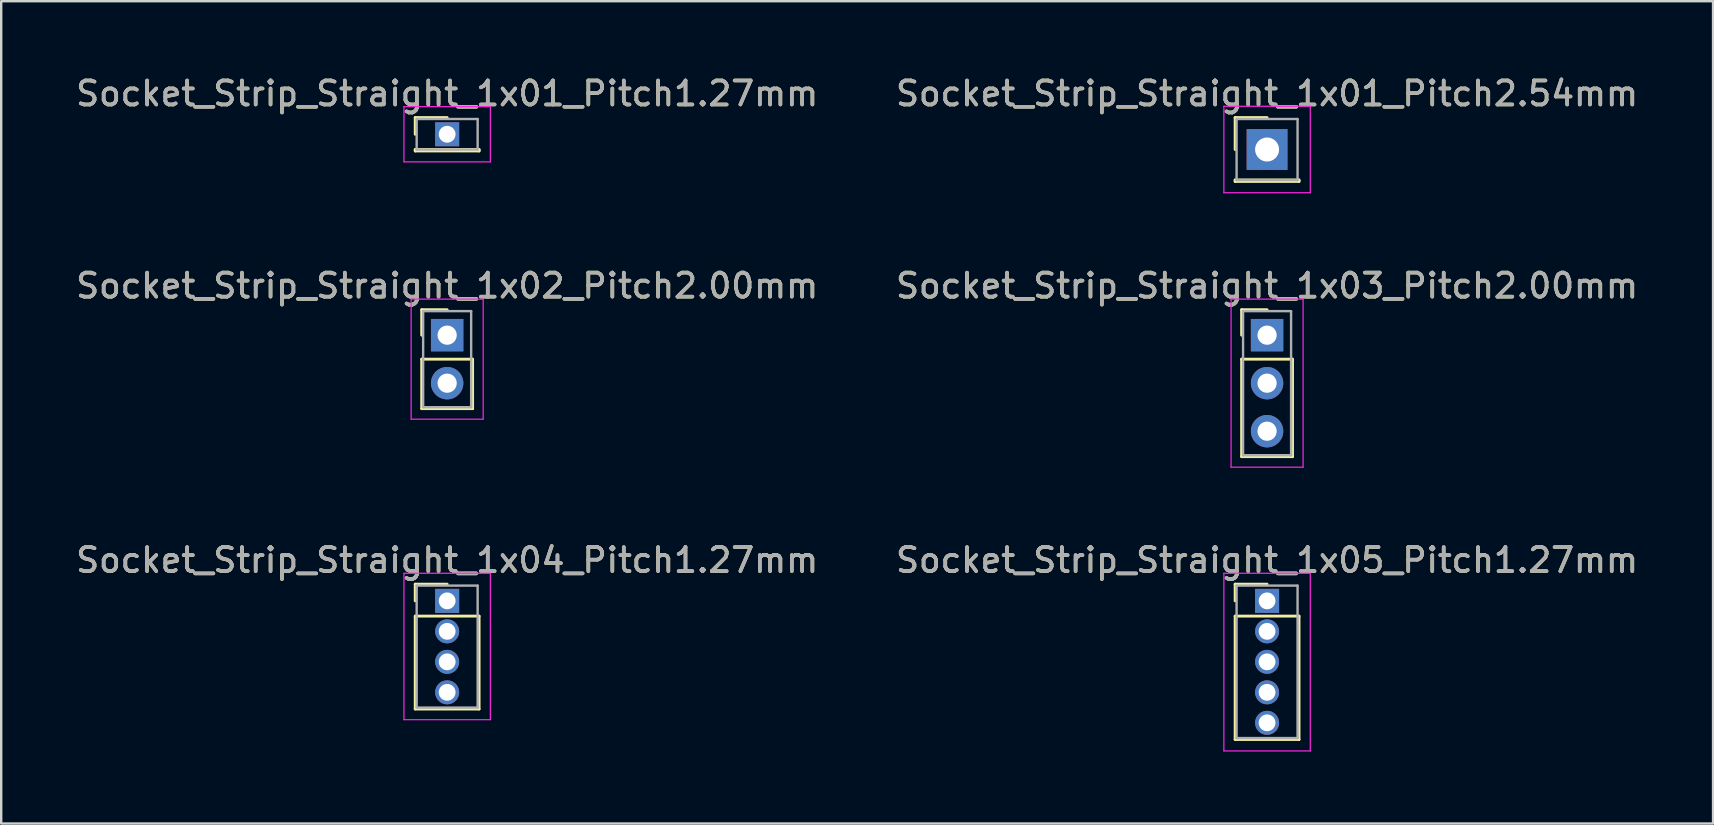
<source format=kicad_pcb>
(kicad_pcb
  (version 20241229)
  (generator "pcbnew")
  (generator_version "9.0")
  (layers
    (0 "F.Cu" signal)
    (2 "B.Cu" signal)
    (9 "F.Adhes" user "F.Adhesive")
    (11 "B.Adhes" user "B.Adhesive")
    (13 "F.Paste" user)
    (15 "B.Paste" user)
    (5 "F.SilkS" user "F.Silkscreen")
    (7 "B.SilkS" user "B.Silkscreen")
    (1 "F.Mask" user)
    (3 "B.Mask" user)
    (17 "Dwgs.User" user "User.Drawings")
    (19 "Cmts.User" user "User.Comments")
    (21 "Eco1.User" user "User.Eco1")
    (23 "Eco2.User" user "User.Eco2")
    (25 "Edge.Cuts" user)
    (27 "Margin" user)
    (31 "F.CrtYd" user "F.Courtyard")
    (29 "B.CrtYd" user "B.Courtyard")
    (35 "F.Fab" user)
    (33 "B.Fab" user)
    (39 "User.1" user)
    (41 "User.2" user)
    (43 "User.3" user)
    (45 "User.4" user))
  (footprint "Socket_Strip_Straight_1x02_Pitch2.00mm"
    (layer "F.Cu")
    (at 15.577 10.912)
    (property "Reference" "Socket_Strip_Straight_1x02_Pitch2.00mm" (at 0 -2.06 0) (layer "F.SilkS") (effects (font (size 1 1) (thickness 0.15))))
    (attr through_hole)
    (fp_line (start -1.06 -1.06) (end 0 -1.06) (stroke (width 0.12) (type solid)) (layer "F.SilkS"))
    (fp_line (start -1.06 0) (end -1.06 -1.06) (stroke (width 0.12) (type solid)) (layer "F.SilkS"))
    (fp_line (start -1.06 1) (end -1.06 3.06) (stroke (width 0.12) (type solid)) (layer "F.SilkS"))
    (fp_line (start -1.06 3.06) (end 1.06 3.06) (stroke (width 0.12) (type solid)) (layer "F.SilkS"))
    (fp_line (start 1.06 1) (end -1.06 1) (stroke (width 0.12) (type solid)) (layer "F.SilkS"))
    (fp_line (start 1.06 3.06) (end 1.06 1) (stroke (width 0.12) (type solid)) (layer "F.SilkS"))
    (fp_line (start -1.5 -1.5) (end -1.5 3.5) (stroke (width 0.05) (type solid)) (layer "F.CrtYd"))
    (fp_line (start -1.5 3.5) (end 1.5 3.5) (stroke (width 0.05) (type solid)) (layer "F.CrtYd"))
    (fp_line (start 1.5 -1.5) (end -1.5 -1.5) (stroke (width 0.05) (type solid)) (layer "F.CrtYd"))
    (fp_line (start 1.5 3.5) (end 1.5 -1.5) (stroke (width 0.05) (type solid)) (layer "F.CrtYd"))
    (fp_line (start -1 -1) (end -1 3) (stroke (width 0.1) (type solid)) (layer "F.Fab"))
    (fp_line (start -1 3) (end 1 3) (stroke (width 0.1) (type solid)) (layer "F.Fab"))
    (fp_line (start 1 -1) (end -1 -1) (stroke (width 0.1) (type solid)) (layer "F.Fab"))
    (fp_line (start 1 3) (end 1 -1) (stroke (width 0.1) (type solid)) (layer "F.Fab"))
    (fp_text user "${REFERENCE}" (at 0 -2.06 0) (layer "F.Fab") (effects (font (size 1 1) (thickness 0.15))))
    (pad "1" thru_hole rect (at 0 0) (size 1.35 1.35) (drill 0.8) (layers "*.Cu" "*.Mask"))
    (pad "2" thru_hole oval (at 0 2) (size 1.35 1.35) (drill 0.8) (layers "*.Cu" "*.Mask")))
  (footprint "Socket_Strip_Straight_1x03_Pitch2.00mm"
    (layer "F.Cu")
    (at 49.732 10.912)
    (property "Reference" "Socket_Strip_Straight_1x03_Pitch2.00mm" (at 0 -2.06 0) (layer "F.SilkS") (effects (font (size 1 1) (thickness 0.15))))
    (attr through_hole)
    (fp_line (start -1.06 -1.06) (end 0 -1.06) (stroke (width 0.12) (type solid)) (layer "F.SilkS"))
    (fp_line (start -1.06 0) (end -1.06 -1.06) (stroke (width 0.12) (type solid)) (layer "F.SilkS"))
    (fp_line (start -1.06 1) (end -1.06 5.06) (stroke (width 0.12) (type solid)) (layer "F.SilkS"))
    (fp_line (start -1.06 5.06) (end 1.06 5.06) (stroke (width 0.12) (type solid)) (layer "F.SilkS"))
    (fp_line (start 1.06 1) (end -1.06 1) (stroke (width 0.12) (type solid)) (layer "F.SilkS"))
    (fp_line (start 1.06 5.06) (end 1.06 1) (stroke (width 0.12) (type solid)) (layer "F.SilkS"))
    (fp_line (start -1.5 -1.5) (end -1.5 5.5) (stroke (width 0.05) (type solid)) (layer "F.CrtYd"))
    (fp_line (start -1.5 5.5) (end 1.5 5.5) (stroke (width 0.05) (type solid)) (layer "F.CrtYd"))
    (fp_line (start 1.5 -1.5) (end -1.5 -1.5) (stroke (width 0.05) (type solid)) (layer "F.CrtYd"))
    (fp_line (start 1.5 5.5) (end 1.5 -1.5) (stroke (width 0.05) (type solid)) (layer "F.CrtYd"))
    (fp_line (start -1 -1) (end -1 5) (stroke (width 0.1) (type solid)) (layer "F.Fab"))
    (fp_line (start -1 5) (end 1 5) (stroke (width 0.1) (type solid)) (layer "F.Fab"))
    (fp_line (start 1 -1) (end -1 -1) (stroke (width 0.1) (type solid)) (layer "F.Fab"))
    (fp_line (start 1 5) (end 1 -1) (stroke (width 0.1) (type solid)) (layer "F.Fab"))
    (fp_text user "${REFERENCE}" (at 0 -2.06 0) (layer "F.Fab") (effects (font (size 1 1) (thickness 0.15))))
    (pad "1" thru_hole rect (at 0 0) (size 1.35 1.35) (drill 0.8) (layers "*.Cu" "*.Mask"))
    (pad "2" thru_hole oval (at 0 2) (size 1.35 1.35) (drill 0.8) (layers "*.Cu" "*.Mask"))
    (pad "3" thru_hole oval (at 0 4) (size 1.35 1.35) (drill 0.8) (layers "*.Cu" "*.Mask")))
  (footprint "Socket_Strip_Straight_1x01_Pitch2.54mm"
    (layer "F.Cu")
    (at 49.732 3.178)
    (property "Reference" "Socket_Strip_Straight_1x01_Pitch2.54mm" (at 0 -2.33 0) (layer "F.SilkS") (effects (font (size 1 1) (thickness 0.15))))
    (attr through_hole)
    (fp_line (start -1.33 -1.33) (end 0 -1.33) (stroke (width 0.12) (type solid)) (layer "F.SilkS"))
    (fp_line (start -1.33 0) (end -1.33 -1.33) (stroke (width 0.12) (type solid)) (layer "F.SilkS"))
    (fp_line (start -1.33 1.27) (end -1.33 1.33) (stroke (width 0.12) (type solid)) (layer "F.SilkS"))
    (fp_line (start -1.33 1.33) (end 1.33 1.33) (stroke (width 0.12) (type solid)) (layer "F.SilkS"))
    (fp_line (start 1.33 1.27) (end -1.33 1.27) (stroke (width 0.12) (type solid)) (layer "F.SilkS"))
    (fp_line (start 1.33 1.33) (end 1.33 1.27) (stroke (width 0.12) (type solid)) (layer "F.SilkS"))
    (fp_line (start -1.8 -1.8) (end -1.8 1.8) (stroke (width 0.05) (type solid)) (layer "F.CrtYd"))
    (fp_line (start -1.8 1.8) (end 1.8 1.8) (stroke (width 0.05) (type solid)) (layer "F.CrtYd"))
    (fp_line (start 1.8 -1.8) (end -1.8 -1.8) (stroke (width 0.05) (type solid)) (layer "F.CrtYd"))
    (fp_line (start 1.8 1.8) (end 1.8 -1.8) (stroke (width 0.05) (type solid)) (layer "F.CrtYd"))
    (fp_line (start -1.27 -1.27) (end -1.27 1.27) (stroke (width 0.1) (type solid)) (layer "F.Fab"))
    (fp_line (start -1.27 1.27) (end 1.27 1.27) (stroke (width 0.1) (type solid)) (layer "F.Fab"))
    (fp_line (start 1.27 -1.27) (end -1.27 -1.27) (stroke (width 0.1) (type solid)) (layer "F.Fab"))
    (fp_line (start 1.27 1.27) (end 1.27 -1.27) (stroke (width 0.1) (type solid)) (layer "F.Fab"))
    (fp_text user "${REFERENCE}" (at 0 -2.33 0) (layer "F.Fab") (effects (font (size 1 1) (thickness 0.15))))
    (pad "1" thru_hole rect (at 0 0) (size 1.7 1.7) (drill 1) (layers "*.Cu" "*.Mask")))
  (footprint "Socket_Strip_Straight_1x04_Pitch1.27mm"
    (layer "F.Cu")
    (at 15.577 21.98)
    (property "Reference" "Socket_Strip_Straight_1x04_Pitch1.27mm" (at 0 -1.695 0) (layer "F.SilkS") (effects (font (size 1 1) (thickness 0.15))))
    (attr through_hole)
    (fp_line (start -1.33 -0.695) (end 0 -0.695) (stroke (width 0.12) (type solid)) (layer "F.SilkS"))
    (fp_line (start -1.33 0) (end -1.33 -0.695) (stroke (width 0.12) (type solid)) (layer "F.SilkS"))
    (fp_line (start -1.33 0.635) (end -1.33 4.505) (stroke (width 0.12) (type solid)) (layer "F.SilkS"))
    (fp_line (start -1.33 4.505) (end 1.33 4.505) (stroke (width 0.12) (type solid)) (layer "F.SilkS"))
    (fp_line (start 1.33 0.635) (end -1.33 0.635) (stroke (width 0.12) (type solid)) (layer "F.SilkS"))
    (fp_line (start 1.33 4.505) (end 1.33 0.635) (stroke (width 0.12) (type solid)) (layer "F.SilkS"))
    (fp_line (start -1.8 -1.15) (end -1.8 4.95) (stroke (width 0.05) (type solid)) (layer "F.CrtYd"))
    (fp_line (start -1.8 4.95) (end 1.8 4.95) (stroke (width 0.05) (type solid)) (layer "F.CrtYd"))
    (fp_line (start 1.8 -1.15) (end -1.8 -1.15) (stroke (width 0.05) (type solid)) (layer "F.CrtYd"))
    (fp_line (start 1.8 4.95) (end 1.8 -1.15) (stroke (width 0.05) (type solid)) (layer "F.CrtYd"))
    (fp_line (start -1.27 -0.635) (end -1.27 4.445) (stroke (width 0.1) (type solid)) (layer "F.Fab"))
    (fp_line (start -1.27 4.445) (end 1.27 4.445) (stroke (width 0.1) (type solid)) (layer "F.Fab"))
    (fp_line (start 1.27 -0.635) (end -1.27 -0.635) (stroke (width 0.1) (type solid)) (layer "F.Fab"))
    (fp_line (start 1.27 4.445) (end 1.27 -0.635) (stroke (width 0.1) (type solid)) (layer "F.Fab"))
    (fp_text user "${REFERENCE}" (at 0 -1.695 0) (layer "F.Fab") (effects (font (size 1 1) (thickness 0.15))))
    (pad "1" thru_hole rect (at 0 0) (size 1 1) (drill 0.7) (layers "*.Cu" "*.Mask"))
    (pad "2" thru_hole oval (at 0 1.27) (size 1 1) (drill 0.7) (layers "*.Cu" "*.Mask"))
    (pad "3" thru_hole oval (at 0 2.54) (size 1 1) (drill 0.7) (layers "*.Cu" "*.Mask"))
    (pad "4" thru_hole oval (at 0 3.81) (size 1 1) (drill 0.7) (layers "*.Cu" "*.Mask")))
  (footprint "Socket_Strip_Straight_1x05_Pitch1.27mm"
    (layer "F.Cu")
    (at 49.732 21.98)
    (property "Reference" "Socket_Strip_Straight_1x05_Pitch1.27mm" (at 0 -1.695 0) (layer "F.SilkS") (effects (font (size 1 1) (thickness 0.15))))
    (attr through_hole)
    (fp_line (start -1.33 -0.695) (end 0 -0.695) (stroke (width 0.12) (type solid)) (layer "F.SilkS"))
    (fp_line (start -1.33 0) (end -1.33 -0.695) (stroke (width 0.12) (type solid)) (layer "F.SilkS"))
    (fp_line (start -1.33 0.635) (end -1.33 5.775) (stroke (width 0.12) (type solid)) (layer "F.SilkS"))
    (fp_line (start -1.33 5.775) (end 1.33 5.775) (stroke (width 0.12) (type solid)) (layer "F.SilkS"))
    (fp_line (start 1.33 0.635) (end -1.33 0.635) (stroke (width 0.12) (type solid)) (layer "F.SilkS"))
    (fp_line (start 1.33 5.775) (end 1.33 0.635) (stroke (width 0.12) (type solid)) (layer "F.SilkS"))
    (fp_line (start -1.8 -1.15) (end -1.8 6.25) (stroke (width 0.05) (type solid)) (layer "F.CrtYd"))
    (fp_line (start -1.8 6.25) (end 1.8 6.25) (stroke (width 0.05) (type solid)) (layer "F.CrtYd"))
    (fp_line (start 1.8 -1.15) (end -1.8 -1.15) (stroke (width 0.05) (type solid)) (layer "F.CrtYd"))
    (fp_line (start 1.8 6.25) (end 1.8 -1.15) (stroke (width 0.05) (type solid)) (layer "F.CrtYd"))
    (fp_line (start -1.27 -0.635) (end -1.27 5.715) (stroke (width 0.1) (type solid)) (layer "F.Fab"))
    (fp_line (start -1.27 5.715) (end 1.27 5.715) (stroke (width 0.1) (type solid)) (layer "F.Fab"))
    (fp_line (start 1.27 -0.635) (end -1.27 -0.635) (stroke (width 0.1) (type solid)) (layer "F.Fab"))
    (fp_line (start 1.27 5.715) (end 1.27 -0.635) (stroke (width 0.1) (type solid)) (layer "F.Fab"))
    (fp_text user "${REFERENCE}" (at 0 -1.695 0) (layer "F.Fab") (effects (font (size 1 1) (thickness 0.15))))
    (pad "1" thru_hole rect (at 0 0) (size 1 1) (drill 0.7) (layers "*.Cu" "*.Mask"))
    (pad "2" thru_hole oval (at 0 1.27) (size 1 1) (drill 0.7) (layers "*.Cu" "*.Mask"))
    (pad "3" thru_hole oval (at 0 2.54) (size 1 1) (drill 0.7) (layers "*.Cu" "*.Mask"))
    (pad "4" thru_hole oval (at 0 3.81) (size 1 1) (drill 0.7) (layers "*.Cu" "*.Mask"))
    (pad "5" thru_hole oval (at 0 5.08) (size 1 1) (drill 0.7) (layers "*.Cu" "*.Mask")))
  (footprint "Socket_Strip_Straight_1x01_Pitch1.27mm"
    (layer "F.Cu")
    (at 15.577 2.543)
    (property "Reference" "Socket_Strip_Straight_1x01_Pitch1.27mm" (at 0 -1.695 0) (layer "F.SilkS") (effects (font (size 1 1) (thickness 0.15))))
    (attr through_hole)
    (fp_line (start -1.33 -0.695) (end 0 -0.695) (stroke (width 0.12) (type solid)) (layer "F.SilkS"))
    (fp_line (start -1.33 0) (end -1.33 -0.695) (stroke (width 0.12) (type solid)) (layer "F.SilkS"))
    (fp_line (start -1.33 0.635) (end -1.33 0.695) (stroke (width 0.12) (type solid)) (layer "F.SilkS"))
    (fp_line (start -1.33 0.695) (end 1.33 0.695) (stroke (width 0.12) (type solid)) (layer "F.SilkS"))
    (fp_line (start 1.33 0.635) (end -1.33 0.635) (stroke (width 0.12) (type solid)) (layer "F.SilkS"))
    (fp_line (start 1.33 0.695) (end 1.33 0.635) (stroke (width 0.12) (type solid)) (layer "F.SilkS"))
    (fp_line (start -1.8 -1.15) (end -1.8 1.15) (stroke (width 0.05) (type solid)) (layer "F.CrtYd"))
    (fp_line (start -1.8 1.15) (end 1.8 1.15) (stroke (width 0.05) (type solid)) (layer "F.CrtYd"))
    (fp_line (start 1.8 -1.15) (end -1.8 -1.15) (stroke (width 0.05) (type solid)) (layer "F.CrtYd"))
    (fp_line (start 1.8 1.15) (end 1.8 -1.15) (stroke (width 0.05) (type solid)) (layer "F.CrtYd"))
    (fp_line (start -1.27 -0.635) (end -1.27 0.635) (stroke (width 0.1) (type solid)) (layer "F.Fab"))
    (fp_line (start -1.27 0.635) (end 1.27 0.635) (stroke (width 0.1) (type solid)) (layer "F.Fab"))
    (fp_line (start 1.27 -0.635) (end -1.27 -0.635) (stroke (width 0.1) (type solid)) (layer "F.Fab"))
    (fp_line (start 1.27 0.635) (end 1.27 -0.635) (stroke (width 0.1) (type solid)) (layer "F.Fab"))
    (fp_text user "${REFERENCE}" (at 0 -1.695 0) (layer "F.Fab") (effects (font (size 1 1) (thickness 0.15))))
    (pad "1" thru_hole rect (at 0 0) (size 1 1) (drill 0.7) (layers "*.Cu" "*.Mask")))
  (gr_rect
    (start -3 -3)
    (end 68.31 31.255)
    (stroke (width 0.1) (type default))
    (fill no)
    (layer "Edge.Cuts")))
</source>
